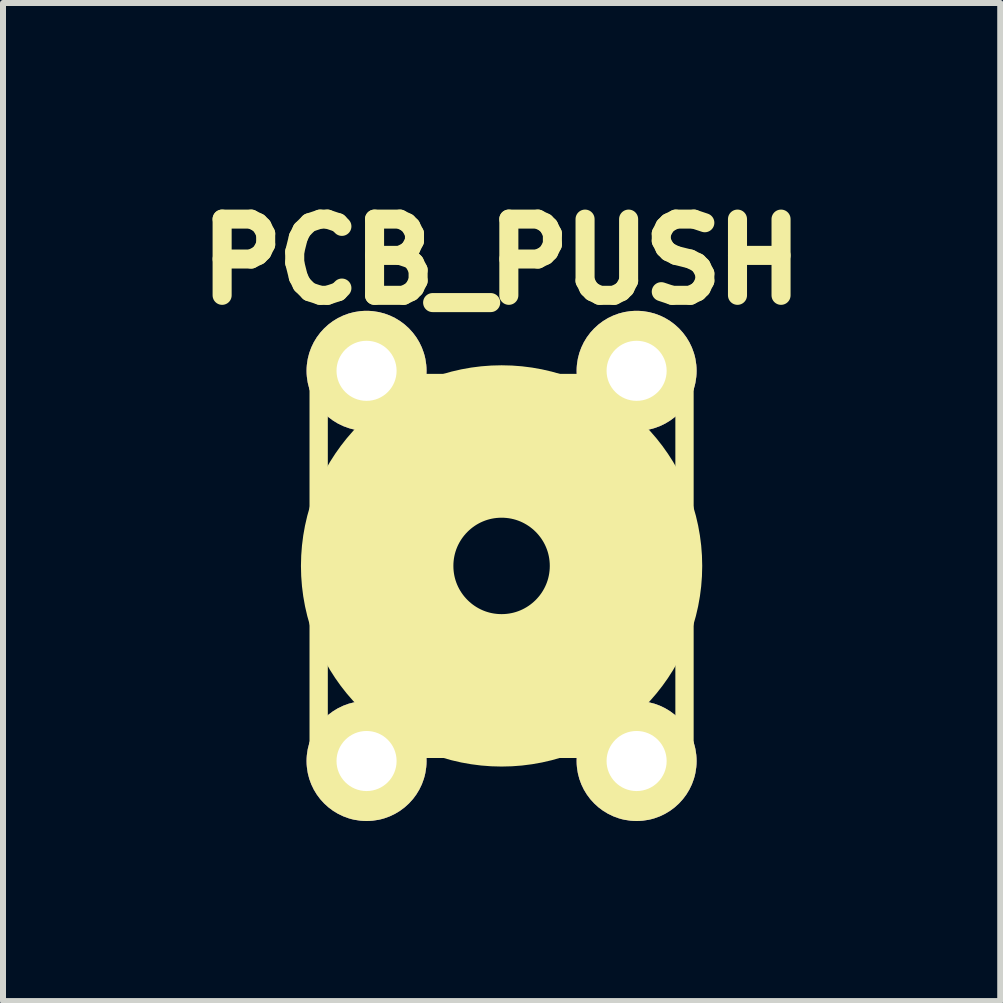
<source format=kicad_pcb>
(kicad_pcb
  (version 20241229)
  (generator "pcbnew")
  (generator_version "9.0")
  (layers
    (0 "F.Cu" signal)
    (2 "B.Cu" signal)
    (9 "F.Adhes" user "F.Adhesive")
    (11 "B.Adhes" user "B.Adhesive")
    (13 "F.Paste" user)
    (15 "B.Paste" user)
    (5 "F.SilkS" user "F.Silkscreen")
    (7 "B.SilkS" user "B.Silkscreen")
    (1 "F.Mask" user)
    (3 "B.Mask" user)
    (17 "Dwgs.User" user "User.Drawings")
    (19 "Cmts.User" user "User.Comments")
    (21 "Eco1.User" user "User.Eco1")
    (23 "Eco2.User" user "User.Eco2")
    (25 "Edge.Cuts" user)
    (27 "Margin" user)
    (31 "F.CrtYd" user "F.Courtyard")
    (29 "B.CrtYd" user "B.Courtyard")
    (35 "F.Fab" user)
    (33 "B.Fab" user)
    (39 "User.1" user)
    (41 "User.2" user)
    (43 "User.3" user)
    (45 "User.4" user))
  (footprint "PCB_PUSH"
    (layer "F.Cu")
    (at 5.308 6.38)
    (property "Reference" "PCB_PUSH" (at 0 -5.08 0) (layer "F.SilkS") (effects (font (size 1.27 1.27) (thickness 0.318))))
    (attr through_hole)
    (fp_line (start -3.048 -3.048) (end 3.048 -3.048) (stroke (width 0.305) (type solid)) (layer "F.SilkS"))
    (fp_line (start -3.048 3.048) (end -3.048 -3.048) (stroke (width 0.305) (type solid)) (layer "F.SilkS"))
    (fp_line (start 3.048 -3.048) (end 3.048 3.048) (stroke (width 0.305) (type solid)) (layer "F.SilkS"))
    (fp_line (start 3.048 3.048) (end -3.048 3.048) (stroke (width 0.305) (type solid)) (layer "F.SilkS"))
    (fp_circle (center 0 0) (end -0.762 0.254) (stroke (width 2.54) (type solid)) (fill no) (layer "F.SilkS"))
    (pad "1" thru_hole circle (at -2.25 -3.251) (size 1.999 1.999) (drill 1.001) (layers "*.Cu" "*.Mask" "F.SilkS"))
    (pad "2" thru_hole circle (at -2.25 3.251) (size 1.999 1.999) (drill 1.001) (layers "*.Cu" "*.Mask" "F.SilkS"))
    (pad "3" thru_hole circle (at 2.25 3.251) (size 1.999 1.999) (drill 1.001) (layers "*.Cu" "*.Mask" "F.SilkS"))
    (pad "4" thru_hole circle (at 2.25 -3.251) (size 1.999 1.999) (drill 1.001) (layers "*.Cu" "*.Mask" "F.SilkS")))
  (gr_rect
    (start -3 -3)
    (end 13.617 13.631)
    (stroke (width 0.1) (type default))
    (fill no)
    (layer "Edge.Cuts")))
</source>
